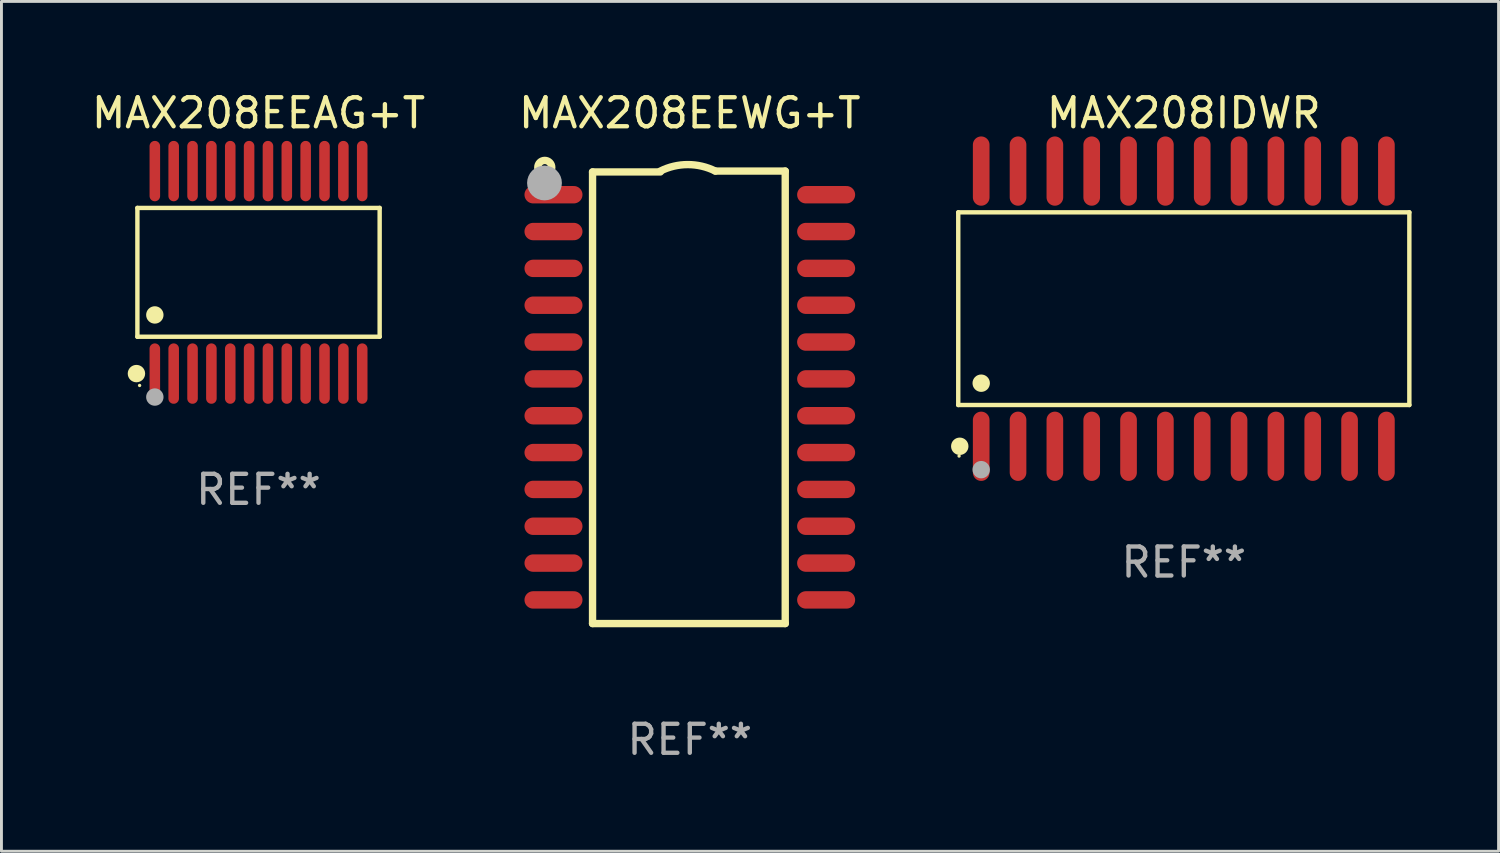
<source format=kicad_pcb>
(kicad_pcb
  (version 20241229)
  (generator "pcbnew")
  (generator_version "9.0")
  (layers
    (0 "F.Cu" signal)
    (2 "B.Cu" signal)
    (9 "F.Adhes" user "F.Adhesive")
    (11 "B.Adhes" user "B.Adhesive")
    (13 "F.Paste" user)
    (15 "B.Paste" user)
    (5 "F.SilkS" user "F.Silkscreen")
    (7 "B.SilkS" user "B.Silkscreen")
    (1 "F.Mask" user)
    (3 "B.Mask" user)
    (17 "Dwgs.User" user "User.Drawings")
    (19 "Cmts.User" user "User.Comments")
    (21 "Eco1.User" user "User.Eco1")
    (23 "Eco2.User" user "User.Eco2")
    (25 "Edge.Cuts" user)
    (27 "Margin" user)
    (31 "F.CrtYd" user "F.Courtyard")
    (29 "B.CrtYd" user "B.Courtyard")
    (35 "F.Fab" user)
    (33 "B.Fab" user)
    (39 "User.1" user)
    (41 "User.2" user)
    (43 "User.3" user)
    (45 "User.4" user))
  (footprint "MAX208IDWR"
    (layer "F.Cu")
    (at 37.763 7.592)
    (property "Reference" "MAX208IDWR" (at 0 -6.744 0) (layer "F.SilkS") (effects (font (size 1 1) (thickness 0.15))))
    (attr through_hole)
    (fp_line (start -7.776 -3.321) (end 7.776 -3.321) (stroke (width 0.152) (type solid)) (layer "F.SilkS"))
    (fp_line (start -7.776 3.321) (end -7.776 -3.321) (stroke (width 0.152) (type solid)) (layer "F.SilkS"))
    (fp_line (start 7.776 -3.321) (end 7.776 3.321) (stroke (width 0.152) (type solid)) (layer "F.SilkS"))
    (fp_line (start 7.776 3.321) (end -7.776 3.321) (stroke (width 0.152) (type solid)) (layer "F.SilkS"))
    (fp_circle (center -7.747 5.08) (end -7.717 5.08) (stroke (width 0.06) (type solid)) (fill no) (layer "F.SilkS"))
    (fp_circle (center -7.724 4.744) (end -7.574 4.744) (stroke (width 0.3) (type solid)) (fill no) (layer "F.SilkS"))
    (fp_circle (center -6.985 2.569) (end -6.835 2.569) (stroke (width 0.3) (type solid)) (fill no) (layer "F.SilkS"))
    (fp_circle (center -6.985 5.55) (end -6.835 5.55) (stroke (width 0.3) (type solid)) (fill no) (layer "F.Fab"))
    (fp_text user "REF**" (at 0 8.744 0) (layer "F.Fab") (effects (font (size 1 1) (thickness 0.15))))
    (pad "1" smd oval (at -6.985 4.744) (size 0.574 2.388) (layers "F.Cu" "F.Mask" "F.Paste"))
    (pad "2" smd oval (at -5.715 4.744) (size 0.574 2.388) (layers "F.Cu" "F.Mask" "F.Paste"))
    (pad "3" smd oval (at -4.445 4.744) (size 0.574 2.388) (layers "F.Cu" "F.Mask" "F.Paste"))
    (pad "4" smd oval (at -3.175 4.744) (size 0.574 2.388) (layers "F.Cu" "F.Mask" "F.Paste"))
    (pad "5" smd oval (at -1.905 4.744) (size 0.574 2.388) (layers "F.Cu" "F.Mask" "F.Paste"))
    (pad "6" smd oval (at -0.635 4.744) (size 0.574 2.388) (layers "F.Cu" "F.Mask" "F.Paste"))
    (pad "7" smd oval (at 0.635 4.744) (size 0.574 2.388) (layers "F.Cu" "F.Mask" "F.Paste"))
    (pad "8" smd oval (at 1.905 4.744) (size 0.574 2.388) (layers "F.Cu" "F.Mask" "F.Paste"))
    (pad "9" smd oval (at 3.175 4.744) (size 0.574 2.388) (layers "F.Cu" "F.Mask" "F.Paste"))
    (pad "10" smd oval (at 4.445 4.744) (size 0.574 2.388) (layers "F.Cu" "F.Mask" "F.Paste"))
    (pad "11" smd oval (at 5.715 4.744) (size 0.574 2.388) (layers "F.Cu" "F.Mask" "F.Paste"))
    (pad "12" smd oval (at 6.985 4.744) (size 0.574 2.388) (layers "F.Cu" "F.Mask" "F.Paste"))
    (pad "13" smd oval (at 6.985 -4.744) (size 0.574 2.388) (layers "F.Cu" "F.Mask" "F.Paste"))
    (pad "14" smd oval (at 5.715 -4.744) (size 0.574 2.388) (layers "F.Cu" "F.Mask" "F.Paste"))
    (pad "15" smd oval (at 4.445 -4.744) (size 0.574 2.388) (layers "F.Cu" "F.Mask" "F.Paste"))
    (pad "16" smd oval (at 3.175 -4.744) (size 0.574 2.388) (layers "F.Cu" "F.Mask" "F.Paste"))
    (pad "17" smd oval (at 1.905 -4.744) (size 0.574 2.388) (layers "F.Cu" "F.Mask" "F.Paste"))
    (pad "18" smd oval (at 0.635 -4.744) (size 0.574 2.388) (layers "F.Cu" "F.Mask" "F.Paste"))
    (pad "19" smd oval (at -0.635 -4.744) (size 0.574 2.388) (layers "F.Cu" "F.Mask" "F.Paste"))
    (pad "20" smd oval (at -1.905 -4.744) (size 0.574 2.388) (layers "F.Cu" "F.Mask" "F.Paste"))
    (pad "21" smd oval (at -3.175 -4.744) (size 0.574 2.388) (layers "F.Cu" "F.Mask" "F.Paste"))
    (pad "22" smd oval (at -4.445 -4.744) (size 0.574 2.388) (layers "F.Cu" "F.Mask" "F.Paste"))
    (pad "23" smd oval (at -5.715 -4.744) (size 0.574 2.388) (layers "F.Cu" "F.Mask" "F.Paste"))
    (pad "24" smd oval (at -6.985 -4.744) (size 0.574 2.388) (layers "F.Cu" "F.Mask" "F.Paste")))
  (footprint "MAX208EEAG+T"
    (layer "F.Cu")
    (at 5.863 6.339)
    (property "Reference" "MAX208EEAG+T" (at 0 -5.491 0) (layer "F.SilkS") (effects (font (size 1 1) (thickness 0.15))))
    (attr through_hole)
    (fp_line (start -4.176 -2.221) (end 4.176 -2.221) (stroke (width 0.152) (type solid)) (layer "F.SilkS"))
    (fp_line (start -4.176 2.221) (end -4.176 -2.221) (stroke (width 0.152) (type solid)) (layer "F.SilkS"))
    (fp_line (start 4.176 -2.221) (end 4.176 2.221) (stroke (width 0.152) (type solid)) (layer "F.SilkS"))
    (fp_line (start 4.176 2.221) (end -4.176 2.221) (stroke (width 0.152) (type solid)) (layer "F.SilkS"))
    (fp_circle (center -4.209 3.491) (end -4.059 3.491) (stroke (width 0.3) (type solid)) (fill no) (layer "F.SilkS"))
    (fp_circle (center -4.1 3.9) (end -4.07 3.9) (stroke (width 0.06) (type solid)) (fill no) (layer "F.SilkS"))
    (fp_circle (center -3.575 1.469) (end -3.425 1.469) (stroke (width 0.3) (type solid)) (fill no) (layer "F.SilkS"))
    (fp_circle (center -3.575 4.3) (end -3.425 4.3) (stroke (width 0.3) (type solid)) (fill no) (layer "F.Fab"))
    (fp_text user "REF**" (at 0 7.491 0) (layer "F.Fab") (effects (font (size 1 1) (thickness 0.15))))
    (pad "1" smd oval (at -3.575 3.491) (size 0.364 2.082) (layers "F.Cu" "F.Mask" "F.Paste"))
    (pad "2" smd oval (at -2.925 3.491) (size 0.364 2.082) (layers "F.Cu" "F.Mask" "F.Paste"))
    (pad "3" smd oval (at -2.275 3.491) (size 0.364 2.082) (layers "F.Cu" "F.Mask" "F.Paste"))
    (pad "4" smd oval (at -1.625 3.491) (size 0.364 2.082) (layers "F.Cu" "F.Mask" "F.Paste"))
    (pad "5" smd oval (at -0.975 3.491) (size 0.364 2.082) (layers "F.Cu" "F.Mask" "F.Paste"))
    (pad "6" smd oval (at -0.325 3.491) (size 0.364 2.082) (layers "F.Cu" "F.Mask" "F.Paste"))
    (pad "7" smd oval (at 0.325 3.491) (size 0.364 2.082) (layers "F.Cu" "F.Mask" "F.Paste"))
    (pad "8" smd oval (at 0.975 3.491) (size 0.364 2.082) (layers "F.Cu" "F.Mask" "F.Paste"))
    (pad "9" smd oval (at 1.625 3.491) (size 0.364 2.082) (layers "F.Cu" "F.Mask" "F.Paste"))
    (pad "10" smd oval (at 2.275 3.491) (size 0.364 2.082) (layers "F.Cu" "F.Mask" "F.Paste"))
    (pad "11" smd oval (at 2.925 3.491) (size 0.364 2.082) (layers "F.Cu" "F.Mask" "F.Paste"))
    (pad "12" smd oval (at 3.575 3.491) (size 0.364 2.082) (layers "F.Cu" "F.Mask" "F.Paste"))
    (pad "13" smd oval (at 3.575 -3.491) (size 0.364 2.082) (layers "F.Cu" "F.Mask" "F.Paste"))
    (pad "14" smd oval (at 2.925 -3.491) (size 0.364 2.082) (layers "F.Cu" "F.Mask" "F.Paste"))
    (pad "15" smd oval (at 2.275 -3.491) (size 0.364 2.082) (layers "F.Cu" "F.Mask" "F.Paste"))
    (pad "16" smd oval (at 1.625 -3.491) (size 0.364 2.082) (layers "F.Cu" "F.Mask" "F.Paste"))
    (pad "17" smd oval (at 0.975 -3.491) (size 0.364 2.082) (layers "F.Cu" "F.Mask" "F.Paste"))
    (pad "18" smd oval (at 0.325 -3.491) (size 0.364 2.082) (layers "F.Cu" "F.Mask" "F.Paste"))
    (pad "19" smd oval (at -0.325 -3.491) (size 0.364 2.082) (layers "F.Cu" "F.Mask" "F.Paste"))
    (pad "20" smd oval (at -0.975 -3.491) (size 0.364 2.082) (layers "F.Cu" "F.Mask" "F.Paste"))
    (pad "21" smd oval (at -1.625 -3.491) (size 0.364 2.082) (layers "F.Cu" "F.Mask" "F.Paste"))
    (pad "22" smd oval (at -2.275 -3.491) (size 0.364 2.082) (layers "F.Cu" "F.Mask" "F.Paste"))
    (pad "23" smd oval (at -2.925 -3.491) (size 0.364 2.082) (layers "F.Cu" "F.Mask" "F.Paste"))
    (pad "24" smd oval (at -3.575 -3.491) (size 0.364 2.082) (layers "F.Cu" "F.Mask" "F.Paste")))
  (footprint "MAX208EEWG+T"
    (layer "F.Cu")
    (at 20.732 10.648)
    (property "Reference" "MAX208EEWG+T" (at 0 -9.8 0) (layer "F.SilkS") (effects (font (size 1 1) (thickness 0.15))))
    (attr through_hole)
    (fp_line (start -3.353 -7.77) (end -1.016 -7.77) (stroke (width 0.254) (type solid)) (layer "F.SilkS"))
    (fp_line (start -3.353 7.8) (end -3.353 -7.77) (stroke (width 0.254) (type solid)) (layer "F.SilkS"))
    (fp_line (start 0.881 -7.8) (end 3.29 -7.8) (stroke (width 0.254) (type solid)) (layer "F.SilkS"))
    (fp_line (start 3.29 -7.8) (end 3.29 7.8) (stroke (width 0.254) (type solid)) (layer "F.SilkS"))
    (fp_line (start 3.29 7.8) (end -3.353 7.8) (stroke (width 0.254) (type solid)) (layer "F.SilkS"))
    (fp_arc (start -1.015951 -7.800025) (mid -0.067691 -8.023879) (end 0.880569 -7.800025) (stroke (width 0.254001) (type solid)) (layer "F.SilkS"))
    (fp_circle (center -5 -7.927) (end -4.886 -7.927) (stroke (width 0.254) (type solid)) (fill no) (layer "F.SilkS"))
    (fp_circle (center -5.01 -7.39) (end -4.71 -7.39) (stroke (width 0.6) (type solid)) (fill no) (layer "F.Fab"))
    (fp_text user "REF**" (at 0 11.8 0) (layer "F.Fab") (effects (font (size 1 1) (thickness 0.15))))
    (pad "1" smd oval (at -4.7 -6.985 270) (size 0.6 2) (layers "F.Cu" "F.Mask" "F.Paste"))
    (pad "2" smd oval (at -4.7 -5.715 270) (size 0.6 2) (layers "F.Cu" "F.Mask" "F.Paste"))
    (pad "3" smd oval (at -4.7 -4.445 270) (size 0.6 2) (layers "F.Cu" "F.Mask" "F.Paste"))
    (pad "4" smd oval (at -4.7 -3.175 270) (size 0.6 2) (layers "F.Cu" "F.Mask" "F.Paste"))
    (pad "5" smd oval (at -4.7 -1.905 270) (size 0.6 2) (layers "F.Cu" "F.Mask" "F.Paste"))
    (pad "6" smd oval (at -4.7 -0.635 270) (size 0.6 2) (layers "F.Cu" "F.Mask" "F.Paste"))
    (pad "7" smd oval (at -4.7 0.635 270) (size 0.6 2) (layers "F.Cu" "F.Mask" "F.Paste"))
    (pad "8" smd oval (at -4.7 1.905 270) (size 0.6 2) (layers "F.Cu" "F.Mask" "F.Paste"))
    (pad "9" smd oval (at -4.7 3.175 270) (size 0.6 2) (layers "F.Cu" "F.Mask" "F.Paste"))
    (pad "10" smd oval (at -4.7 4.445 270) (size 0.6 2) (layers "F.Cu" "F.Mask" "F.Paste"))
    (pad "11" smd oval (at -4.7 5.715 270) (size 0.6 2) (layers "F.Cu" "F.Mask" "F.Paste"))
    (pad "12" smd oval (at -4.7 6.985 270) (size 0.6 2) (layers "F.Cu" "F.Mask" "F.Paste"))
    (pad "13" smd oval (at 4.7 6.985 270) (size 0.6 2) (layers "F.Cu" "F.Mask" "F.Paste"))
    (pad "14" smd oval (at 4.7 5.715 270) (size 0.6 2) (layers "F.Cu" "F.Mask" "F.Paste"))
    (pad "15" smd oval (at 4.7 4.445 270) (size 0.6 2) (layers "F.Cu" "F.Mask" "F.Paste"))
    (pad "16" smd oval (at 4.7 3.175 270) (size 0.6 2) (layers "F.Cu" "F.Mask" "F.Paste"))
    (pad "17" smd oval (at 4.7 1.905 270) (size 0.6 2) (layers "F.Cu" "F.Mask" "F.Paste"))
    (pad "18" smd oval (at 4.7 0.635 270) (size 0.6 2) (layers "F.Cu" "F.Mask" "F.Paste"))
    (pad "19" smd oval (at 4.7 -0.635 270) (size 0.6 2) (layers "F.Cu" "F.Mask" "F.Paste"))
    (pad "20" smd oval (at 4.7 -1.905 270) (size 0.6 2) (layers "F.Cu" "F.Mask" "F.Paste"))
    (pad "21" smd oval (at 4.7 -3.175 270) (size 0.6 2) (layers "F.Cu" "F.Mask" "F.Paste"))
    (pad "22" smd oval (at 4.7 -4.445 270) (size 0.6 2) (layers "F.Cu" "F.Mask" "F.Paste"))
    (pad "23" smd oval (at 4.7 -5.715 270) (size 0.6 2) (layers "F.Cu" "F.Mask" "F.Paste"))
    (pad "24" smd oval (at 4.7 -6.985 270) (size 0.6 2) (layers "F.Cu" "F.Mask" "F.Paste")))
  (gr_rect
    (start -3 -3)
    (end 48.615 26.297)
    (stroke (width 0.1) (type default))
    (fill no)
    (layer "Edge.Cuts")))
</source>
